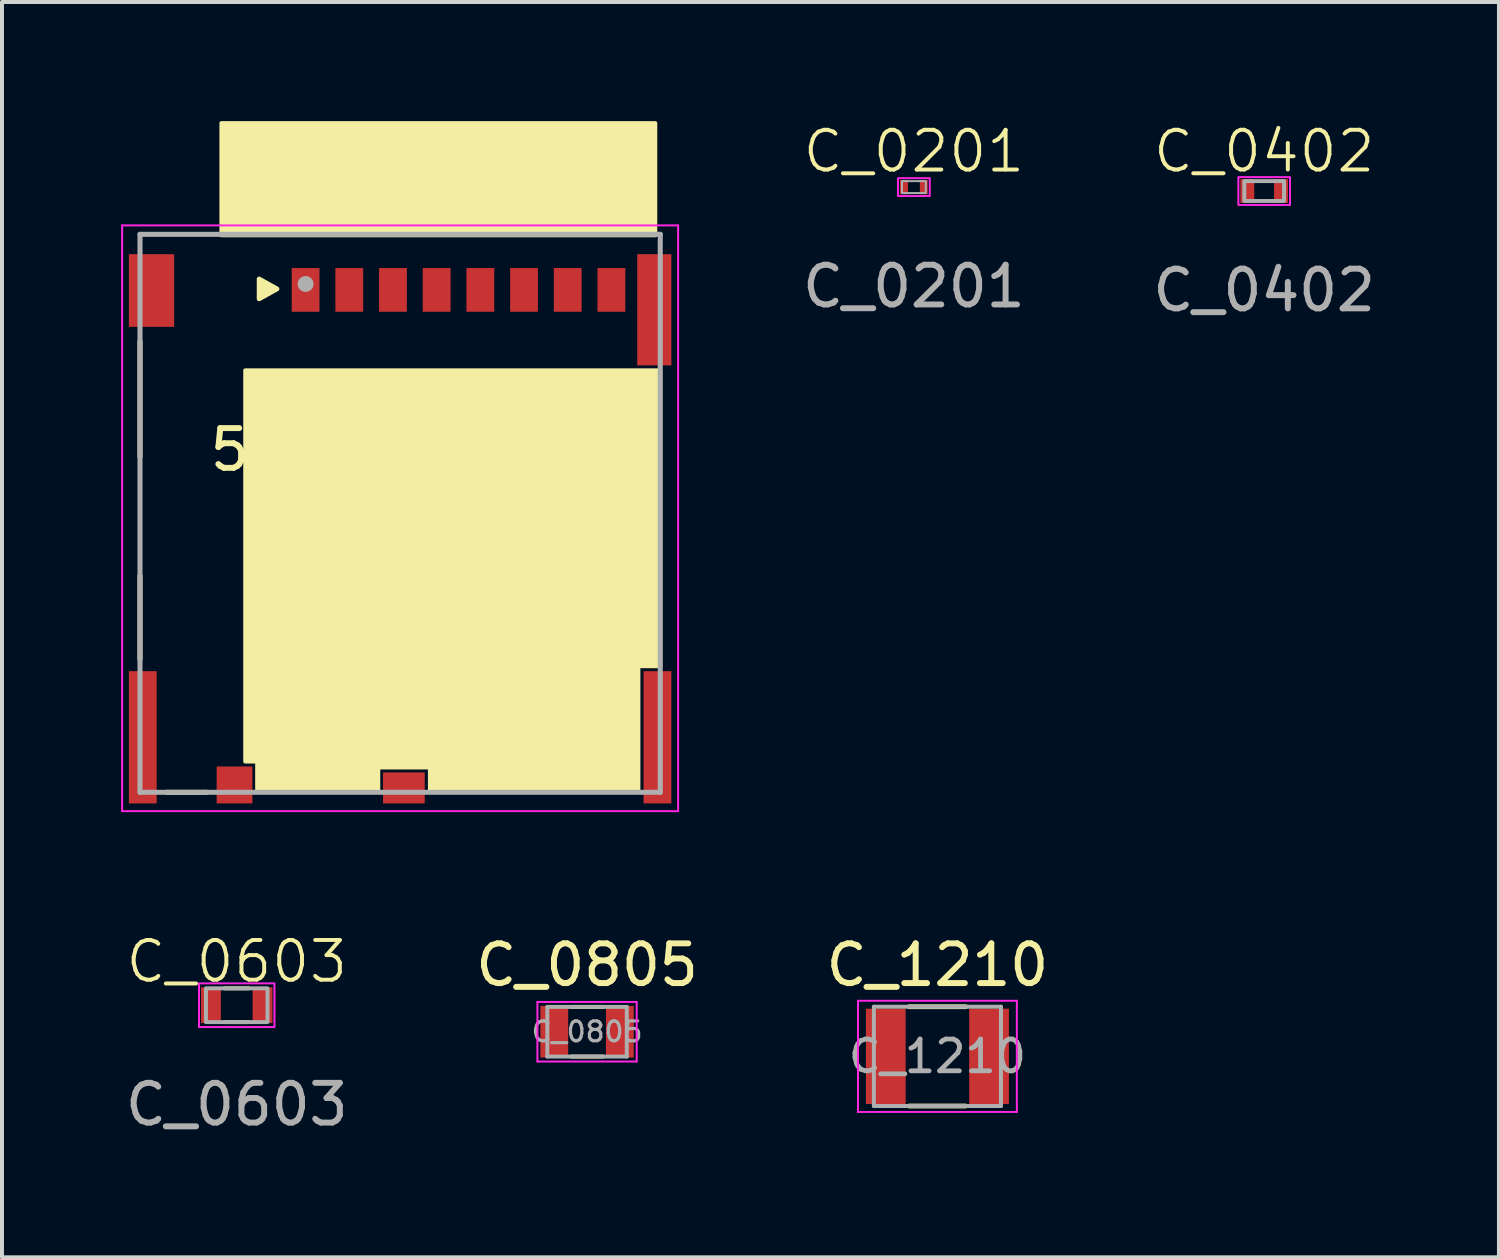
<source format=kicad_pcb>
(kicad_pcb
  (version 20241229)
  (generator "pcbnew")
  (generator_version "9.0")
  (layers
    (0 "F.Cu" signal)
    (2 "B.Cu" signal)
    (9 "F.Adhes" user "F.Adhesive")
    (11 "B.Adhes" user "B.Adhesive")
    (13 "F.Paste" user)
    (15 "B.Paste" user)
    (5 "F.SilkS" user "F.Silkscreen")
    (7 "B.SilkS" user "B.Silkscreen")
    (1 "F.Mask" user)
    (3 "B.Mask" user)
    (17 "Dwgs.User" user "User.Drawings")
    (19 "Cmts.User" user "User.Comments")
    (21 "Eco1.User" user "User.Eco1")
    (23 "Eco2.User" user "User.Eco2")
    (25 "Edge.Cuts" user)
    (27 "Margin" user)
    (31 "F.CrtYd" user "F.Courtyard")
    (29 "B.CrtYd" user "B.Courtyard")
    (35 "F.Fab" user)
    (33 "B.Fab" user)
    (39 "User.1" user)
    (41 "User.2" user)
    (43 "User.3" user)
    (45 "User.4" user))
  (footprint "C_0402"
    (layer "F.Cu")
    (at 28.782 1.76)
    (property "Reference" "C_0402" (at 0 -1 0) (unlocked yes) (layer "F.SilkS") (effects (font (size 1 1) (thickness 0.1))))
    (attr smd)
    (fp_rect (start -0.65 -0.35) (end 0.65 0.35) (stroke (width 0.05) (type default)) (fill no) (layer "F.CrtYd"))
    (fp_rect (start -0.5 -0.25) (end 0.5 0.25) (stroke (width 0.1) (type default)) (fill no) (layer "F.Fab"))
    (fp_text user "${REFERENCE}" (at 0 2.5 0) (unlocked yes) (layer "F.Fab") (effects (font (size 1 1) (thickness 0.15))))
    (pad "1" smd rect (at -0.425 0) (size 0.35 0.6) (layers "F.Cu" "F.Mask" "F.Paste"))
    (pad "2" smd rect (at 0.425 0) (size 0.35 0.6) (layers "F.Cu" "F.Mask" "F.Paste")))
  (footprint "C_0805"
    (layer "F.Cu")
    (at 11.732 22.929)
    (property "Reference" "C_0805" (at 0 -1.68 0) (layer "F.SilkS") (effects (font (size 1 1) (thickness 0.15))))
    (attr smd)
    (fp_line (start -0.4 -0.625) (end 0.4 -0.625) (stroke (width 0.1) (type solid)) (layer "F.SilkS"))
    (fp_line (start -0.4 0.625) (end 0.4 0.625) (stroke (width 0.1) (type solid)) (layer "F.SilkS"))
    (fp_line (start -1.25 -0.75) (end 1.25 -0.75) (stroke (width 0.05) (type solid)) (layer "F.CrtYd"))
    (fp_line (start -1.25 0.75) (end -1.25 -0.75) (stroke (width 0.05) (type solid)) (layer "F.CrtYd"))
    (fp_line (start 1.25 -0.75) (end 1.25 0.75) (stroke (width 0.05) (type solid)) (layer "F.CrtYd"))
    (fp_line (start 1.25 0.75) (end -1.25 0.75) (stroke (width 0.05) (type solid)) (layer "F.CrtYd"))
    (fp_line (start -1 -0.625) (end 1 -0.625) (stroke (width 0.1) (type solid)) (layer "F.Fab"))
    (fp_line (start -1 0.625) (end -1 -0.625) (stroke (width 0.1) (type solid)) (layer "F.Fab"))
    (fp_line (start 1 -0.625) (end 1 0.625) (stroke (width 0.1) (type solid)) (layer "F.Fab"))
    (fp_line (start 1 0.625) (end -1 0.625) (stroke (width 0.1) (type solid)) (layer "F.Fab"))
    (fp_text user "${REFERENCE}" (at 0 0 0) (layer "F.Fab") (effects (font (size 0.5 0.5) (thickness 0.08))))
    (pad "1" smd rect (at -0.825 0) (size 0.7 1.3) (layers "F.Cu" "F.Mask" "F.Paste"))
    (pad "2" smd rect (at 0.825 0) (size 0.7 1.3) (layers "F.Cu" "F.Mask" "F.Paste")))
  (footprint "C_1210"
    (layer "F.Cu")
    (at 20.554 23.549)
    (property "Reference" "C_1210" (at 0 -2.3 0) (layer "F.SilkS") (effects (font (size 1 1) (thickness 0.15))))
    (attr smd)
    (fp_line (start -0.711 -1.25) (end 0.711 -1.25) (stroke (width 0.12) (type solid)) (layer "F.SilkS"))
    (fp_line (start -0.711 1.25) (end 0.711 1.25) (stroke (width 0.12) (type solid)) (layer "F.SilkS"))
    (fp_line (start -2 -1.4) (end 2 -1.4) (stroke (width 0.05) (type solid)) (layer "F.CrtYd"))
    (fp_line (start -2 1.4) (end -2 -1.4) (stroke (width 0.05) (type solid)) (layer "F.CrtYd"))
    (fp_line (start 2 -1.4) (end 2 1.4) (stroke (width 0.05) (type solid)) (layer "F.CrtYd"))
    (fp_line (start 2 1.4) (end -2 1.4) (stroke (width 0.05) (type solid)) (layer "F.CrtYd"))
    (fp_line (start -1.6 -1.25) (end 1.6 -1.25) (stroke (width 0.1) (type solid)) (layer "F.Fab"))
    (fp_line (start -1.6 1.25) (end -1.6 -1.25) (stroke (width 0.1) (type solid)) (layer "F.Fab"))
    (fp_line (start 1.6 -1.25) (end 1.6 1.25) (stroke (width 0.1) (type solid)) (layer "F.Fab"))
    (fp_line (start 1.6 1.25) (end -1.6 1.25) (stroke (width 0.1) (type solid)) (layer "F.Fab"))
    (fp_text user "${REFERENCE}" (at 0 0 0) (layer "F.Fab") (effects (font (size 0.8 0.8) (thickness 0.12))))
    (pad "1" smd rect (at -1.3 0) (size 1 2.4) (layers "F.Cu" "F.Mask" "F.Paste"))
    (pad "2" smd rect (at 1.3 0) (size 1 2.4) (layers "F.Cu" "F.Mask" "F.Paste")))
  (footprint "C_0603"
    (layer "F.Cu")
    (at 2.911 22.261)
    (property "Reference" "C_0603" (at 0 -1.1 0) (unlocked yes) (layer "F.SilkS") (effects (font (size 1 1) (thickness 0.1))))
    (attr smd)
    (fp_line (start -0.3 -0.425) (end 0.3 -0.425) (stroke (width 0.1) (type default)) (layer "F.SilkS"))
    (fp_line (start -0.275 0.425) (end 0.3 0.425) (stroke (width 0.1) (type default)) (layer "F.SilkS"))
    (fp_rect (start -0.95 -0.55) (end 0.95 0.55) (stroke (width 0.05) (type default)) (fill no) (layer "F.CrtYd"))
    (fp_rect (start -0.775 -0.425) (end 0.775 0.425) (stroke (width 0.1) (type default)) (fill no) (layer "F.Fab"))
    (fp_text user "${REFERENCE}" (at 0 2.5 0) (unlocked yes) (layer "F.Fab") (effects (font (size 1 1) (thickness 0.15))))
    (pad "1" smd rect (at -0.65 0) (size 0.5 0.9) (layers "F.Cu" "F.Mask" "F.Paste"))
    (pad "2" smd rect (at 0.65 0) (size 0.5 0.9) (layers "F.Cu" "F.Mask" "F.Paste")))
  (footprint "5033981892"
    (layer "F.Cu")
    (at 7.025 9.875)
    (property "Reference" "5033981892" (at 0 -1.6 0) (layer "F.SilkS") (effects (font (size 1.001 1.001) (thickness 0.15))))
    (attr smd)
    (fp_line (start -6.55 -4.325) (end -6.55 -1.425) (stroke (width 0.127) (type solid)) (layer "F.SilkS"))
    (fp_line (start -6.55 1.575) (end -6.55 3.675) (stroke (width 0.127) (type solid)) (layer "F.SilkS"))
    (fp_line (start -5.876 7.025) (end -4.874 7.025) (stroke (width 0.127) (type solid)) (layer "F.SilkS"))
    (fp_rect (start -4.5 -9.825) (end 6.425 -7) (stroke (width 0.1) (type solid)) (fill yes) (layer "F.SilkS"))
    (fp_poly (pts (xy -3.1 -5.65) (xy -3.55 -5.4) (xy -3.55 -5.9)) (stroke (width 0.12) (type solid)) (fill yes) (layer "F.SilkS"))
    (fp_poly (pts (xy 6.55 -3.6) (xy -3.9 -3.6) (xy -3.9 6.25) (xy -3.6 6.25) (xy -3.6 7) (xy -0.55 7) (xy -0.55 6.4) (xy 0.75 6.4) (xy 0.75 7) (xy 6 7) (xy 6 3.85) (xy 6.55 3.85)) (stroke (width 0.1) (type solid)) (fill yes) (layer "F.SilkS"))
    (fp_line (start -7 -7.25) (end 7 -7.25) (stroke (width 0.05) (type solid)) (layer "F.CrtYd"))
    (fp_line (start -7 7.5) (end -7 -7.25) (stroke (width 0.05) (type solid)) (layer "F.CrtYd"))
    (fp_line (start 7 -7.25) (end 7 7.5) (stroke (width 0.05) (type solid)) (layer "F.CrtYd"))
    (fp_line (start 7 7.5) (end -7 7.5) (stroke (width 0.05) (type solid)) (layer "F.CrtYd"))
    (fp_line (start -6.55 -7.025) (end 6.55 -7.025) (stroke (width 0.127) (type solid)) (layer "F.Fab"))
    (fp_line (start -6.55 7.025) (end -6.55 -7.025) (stroke (width 0.127) (type solid)) (layer "F.Fab"))
    (fp_line (start 6.55 -7.025) (end 6.55 7.025) (stroke (width 0.127) (type solid)) (layer "F.Fab"))
    (fp_line (start 6.55 7.025) (end -6.55 7.025) (stroke (width 0.127) (type solid)) (layer "F.Fab"))
    (fp_circle (center -2.38 -5.775) (end -2.28 -5.775) (stroke (width 0.2) (type solid)) (fill no) (layer "F.Fab"))
    (pad "1" smd rect (at -2.38 -5.625) (size 0.7 1.1) (layers "F.Cu" "F.Mask" "F.Paste"))
    (pad "2" smd rect (at -1.28 -5.625) (size 0.7 1.1) (layers "F.Cu" "F.Mask" "F.Paste"))
    (pad "3" smd rect (at -0.18 -5.625) (size 0.7 1.1) (layers "F.Cu" "F.Mask" "F.Paste"))
    (pad "4" smd rect (at 0.92 -5.625) (size 0.7 1.1) (layers "F.Cu" "F.Mask" "F.Paste"))
    (pad "5" smd rect (at 2.02 -5.625) (size 0.7 1.1) (layers "F.Cu" "F.Mask" "F.Paste"))
    (pad "6" smd rect (at 3.12 -5.625) (size 0.7 1.1) (layers "F.Cu" "F.Mask" "F.Paste"))
    (pad "7" smd rect (at 4.22 -5.625) (size 0.7 1.1) (layers "F.Cu" "F.Mask" "F.Paste"))
    (pad "8" smd rect (at 5.32 -5.625) (size 0.7 1.1) (layers "F.Cu" "F.Mask" "F.Paste"))
    (pad "9" smd rect (at -4.17 6.84) (size 0.9 0.93) (layers "F.Cu" "F.Mask" "F.Paste"))
    (pad "10" smd rect (at 0.095 6.915) (size 1.05 0.78) (layers "F.Cu" "F.Mask" "F.Paste"))
    (pad "11" smd rect (at -6.48 5.64) (size 0.7 3.33) (layers "F.Cu" "F.Mask" "F.Paste"))
    (pad "11" smd rect (at -6.26 -5.61) (size 1.14 1.83) (layers "F.Cu" "F.Mask" "F.Paste"))
    (pad "11" smd rect (at 6.4 -5.125) (size 0.86 2.8) (layers "F.Cu" "F.Mask" "F.Paste"))
    (pad "11" smd rect (at 6.48 5.64) (size 0.7 3.33) (layers "F.Cu" "F.Mask" "F.Paste"))
    (zone (net_name "") (layer "F.Cu") (hatch full 0.508) (connect_pads) (min_thickness 0.01) (filled_areas_thickness no) (keepout (tracks not_allowed) (vias not_allowed) (pads not_allowed) (copperpour not_allowed) (footprints allowed)) (placement (enabled no)) (fill) (polygon (pts (xy 0.189 8.75) (xy 0.895 8.75) (xy 0.895 11.152) (xy 0.189 11.152))))
    (zone (net_name "") (layer "F.Cu") (hatch full 0.508) (connect_pads) (min_thickness 0.01) (filled_areas_thickness no) (keepout (tracks not_allowed) (vias not_allowed) (pads not_allowed) (copperpour not_allowed) (footprints allowed)) (placement (enabled no)) (fill) (polygon (pts (xy 1.78 14.45) (xy 2.34 14.45) (xy 2.34 16.614) (xy 1.78 16.614))))
    (zone (net_name "") (layer "F.Cu") (hatch full 0.508) (connect_pads) (min_thickness 0.01) (filled_areas_thickness no) (keepout (tracks not_allowed) (vias not_allowed) (pads not_allowed) (copperpour not_allowed) (footprints allowed)) (placement (enabled no)) (fill) (polygon (pts (xy 3.802 16.25) (xy 4.355 16.25) (xy 4.355 16.806) (xy 3.802 16.806))))
    (zone (net_name "") (layers "F.Cu" "B.Cu") (hatch full 0.508) (connect_pads) (min_thickness 0.01) (filled_areas_thickness no) (keepout (tracks allowed) (vias not_allowed) (pads allowed) (copperpour allowed) (footprints allowed)) (placement (enabled no)) (fill) (polygon (pts (xy 0.183 8.75) (xy 0.895 8.75) (xy 0.895 11.153) (xy 0.183 11.153))))
    (zone (net_name "") (layers "F.Cu" "B.Cu") (hatch full 0.508) (connect_pads) (min_thickness 0.01) (filled_areas_thickness no) (keepout (tracks allowed) (vias not_allowed) (pads allowed) (copperpour allowed) (footprints allowed)) (placement (enabled no)) (fill) (polygon (pts (xy 1.786 14.45) (xy 2.34 14.45) (xy 2.34 16.605) (xy 1.786 16.605))))
    (zone (net_name "") (layers "F.Cu" "B.Cu") (hatch full 0.508) (connect_pads) (min_thickness 0.01) (filled_areas_thickness no) (keepout (tracks allowed) (vias not_allowed) (pads allowed) (copperpour allowed) (footprints allowed)) (placement (enabled no)) (fill) (polygon (pts (xy 3.8 16.25) (xy 4.355 16.25) (xy 4.355 16.812) (xy 3.8 16.812)))))
  (footprint "C_0201"
    (layer "F.Cu")
    (at 19.961 1.661)
    (property "Reference" "C_0201" (at 0 -0.9 0) (unlocked yes) (layer "F.SilkS") (effects (font (size 1 1) (thickness 0.1))))
    (attr smd)
    (fp_rect (start -0.4 -0.225) (end 0.4 0.225) (stroke (width 0.05) (type default)) (fill no) (layer "F.CrtYd"))
    (fp_rect (start -0.3 -0.15) (end 0.3 0.15) (stroke (width 0.05) (type default)) (fill no) (layer "F.Fab"))
    (fp_text user "${REFERENCE}" (at 0 2.5 0) (unlocked yes) (layer "F.Fab") (effects (font (size 1 1) (thickness 0.15))))
    (pad "1" smd rect (at -0.25 0) (size 0.2 0.36) (layers "F.Cu" "F.Mask" "F.Paste"))
    (pad "2" smd rect (at 0.25 0) (size 0.2 0.36) (layers "F.Cu" "F.Mask" "F.Paste")))
  (gr_rect
    (start -3 -3)
    (end 34.693 28.609)
    (stroke (width 0.1) (type default))
    (fill no)
    (layer "Edge.Cuts")))
</source>
